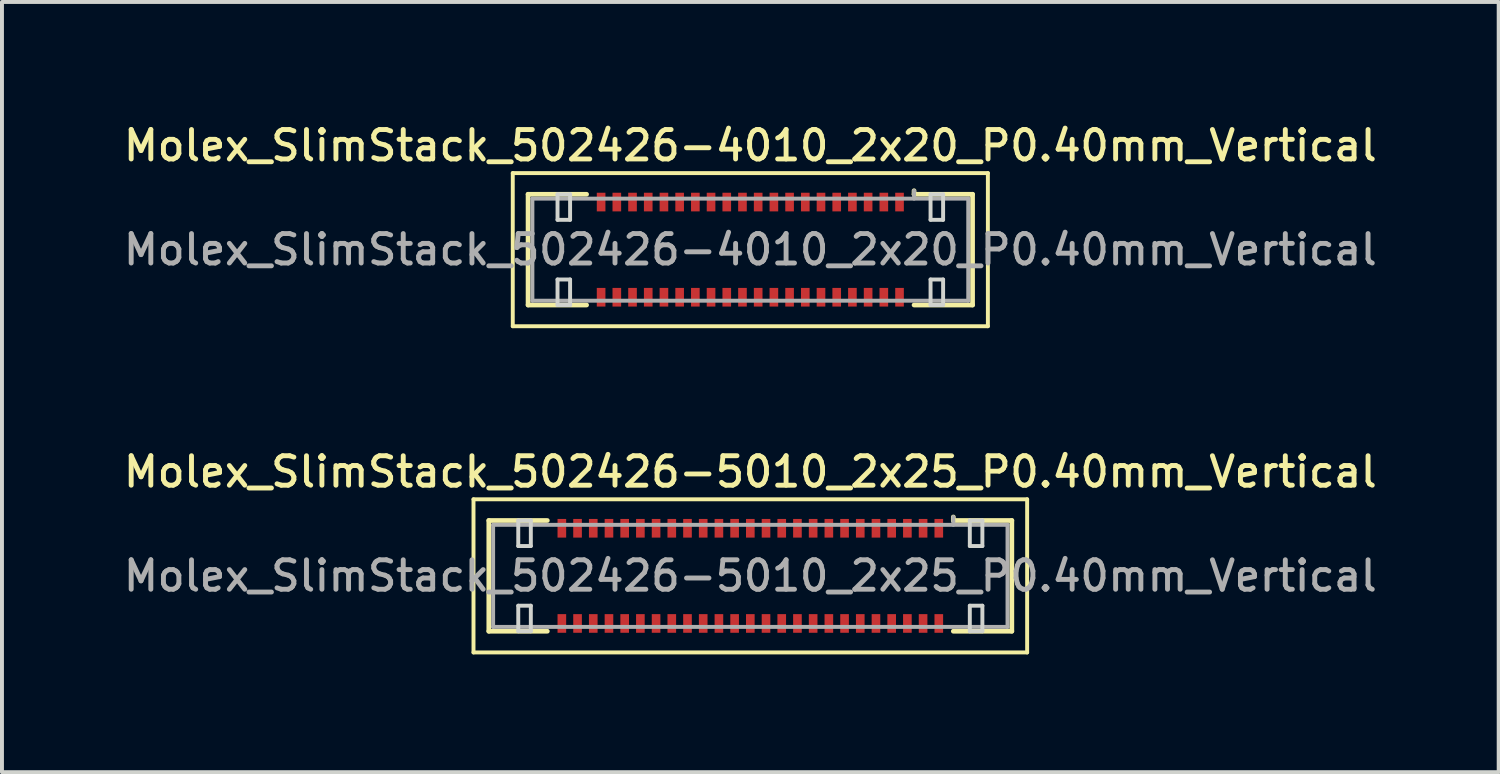
<source format=kicad_pcb>
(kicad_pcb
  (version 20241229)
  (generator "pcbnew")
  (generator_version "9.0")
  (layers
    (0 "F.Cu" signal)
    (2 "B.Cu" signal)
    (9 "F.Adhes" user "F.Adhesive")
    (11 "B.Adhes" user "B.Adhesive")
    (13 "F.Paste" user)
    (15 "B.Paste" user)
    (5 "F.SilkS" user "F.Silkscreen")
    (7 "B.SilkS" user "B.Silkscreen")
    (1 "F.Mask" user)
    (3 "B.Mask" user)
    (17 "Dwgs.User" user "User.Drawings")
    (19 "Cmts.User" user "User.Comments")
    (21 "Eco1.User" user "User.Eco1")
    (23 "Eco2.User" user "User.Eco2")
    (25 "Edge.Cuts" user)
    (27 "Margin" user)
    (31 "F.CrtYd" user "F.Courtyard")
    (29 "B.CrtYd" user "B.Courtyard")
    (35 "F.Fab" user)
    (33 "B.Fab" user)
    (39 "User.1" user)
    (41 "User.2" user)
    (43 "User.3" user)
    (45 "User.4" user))
  (footprint "Molex_SlimStack_502426-4010_2x20_P0.40mm_Vertical"
    (layer "F.Cu")
    (at 16.059 3.308)
    (property "Reference" "Molex_SlimStack_502426-4010_2x20_P0.40mm_Vertical" (at 0 -2.65 0) (layer "F.SilkS") (effects (font (size 0.75 0.75) (thickness 0.125))))
    (attr smd)
    (fp_line (start -6.05 -1.95) (end -6.05 1.95) (stroke (width 0.1) (type solid)) (layer "F.SilkS"))
    (fp_line (start -6.05 1.95) (end 6.05 1.95) (stroke (width 0.1) (type solid)) (layer "F.SilkS"))
    (fp_line (start -5.66 -1.41) (end -4.17 -1.41) (stroke (width 0.12) (type solid)) (layer "F.SilkS"))
    (fp_line (start -5.66 1.41) (end -5.66 -1.41) (stroke (width 0.12) (type solid)) (layer "F.SilkS"))
    (fp_line (start -4.17 1.41) (end -5.66 1.41) (stroke (width 0.12) (type solid)) (layer "F.SilkS"))
    (fp_line (start 4.17 -1.41) (end 4.17 -1.5) (stroke (width 0.12) (type solid)) (layer "F.SilkS"))
    (fp_line (start 4.17 1.41) (end 5.66 1.41) (stroke (width 0.12) (type solid)) (layer "F.SilkS"))
    (fp_line (start 5.66 -1.41) (end 4.17 -1.41) (stroke (width 0.12) (type solid)) (layer "F.SilkS"))
    (fp_line (start 5.66 1.41) (end 5.66 -1.41) (stroke (width 0.12) (type solid)) (layer "F.SilkS"))
    (fp_line (start 6.05 -1.95) (end -6.05 -1.95) (stroke (width 0.1) (type solid)) (layer "F.SilkS"))
    (fp_line (start 6.05 1.95) (end 6.05 -1.95) (stroke (width 0.1) (type solid)) (layer "F.SilkS"))
    (fp_line (start -4.91 -1.41) (end -4.91 -0.76) (stroke (width 0.1) (type solid)) (layer "Edge.Cuts"))
    (fp_line (start -4.91 -0.76) (end -4.59 -0.76) (stroke (width 0.1) (type solid)) (layer "Edge.Cuts"))
    (fp_line (start -4.91 0.76) (end -4.91 1.41) (stroke (width 0.1) (type solid)) (layer "Edge.Cuts"))
    (fp_line (start -4.91 1.41) (end -4.59 1.41) (stroke (width 0.1) (type solid)) (layer "Edge.Cuts"))
    (fp_line (start -4.59 -1.41) (end -4.91 -1.41) (stroke (width 0.1) (type solid)) (layer "Edge.Cuts"))
    (fp_line (start -4.59 -0.76) (end -4.59 -1.41) (stroke (width 0.1) (type solid)) (layer "Edge.Cuts"))
    (fp_line (start -4.59 0.76) (end -4.91 0.76) (stroke (width 0.1) (type solid)) (layer "Edge.Cuts"))
    (fp_line (start -4.59 1.41) (end -4.59 0.76) (stroke (width 0.1) (type solid)) (layer "Edge.Cuts"))
    (fp_line (start 4.59 -1.41) (end 4.59 -0.76) (stroke (width 0.1) (type solid)) (layer "Edge.Cuts"))
    (fp_line (start 4.59 -0.76) (end 4.91 -0.76) (stroke (width 0.1) (type solid)) (layer "Edge.Cuts"))
    (fp_line (start 4.59 0.76) (end 4.59 1.41) (stroke (width 0.1) (type solid)) (layer "Edge.Cuts"))
    (fp_line (start 4.59 1.41) (end 4.91 1.41) (stroke (width 0.1) (type solid)) (layer "Edge.Cuts"))
    (fp_line (start 4.91 -1.41) (end 4.59 -1.41) (stroke (width 0.1) (type solid)) (layer "Edge.Cuts"))
    (fp_line (start 4.91 -0.76) (end 4.91 -1.41) (stroke (width 0.1) (type solid)) (layer "Edge.Cuts"))
    (fp_line (start 4.91 0.76) (end 4.59 0.76) (stroke (width 0.1) (type solid)) (layer "Edge.Cuts"))
    (fp_line (start 4.91 1.41) (end 4.91 0.76) (stroke (width 0.1) (type solid)) (layer "Edge.Cuts"))
    (fp_line (start -5.55 -1.3) (end -5.55 1.3) (stroke (width 0.1) (type solid)) (layer "F.Fab"))
    (fp_line (start -5.55 1.3) (end 5.55 1.3) (stroke (width 0.1) (type solid)) (layer "F.Fab"))
    (fp_line (start 4.17 -1.3) (end 4.17 -1.5) (stroke (width 0.1) (type solid)) (layer "F.Fab"))
    (fp_line (start 5.55 -1.3) (end -5.55 -1.3) (stroke (width 0.1) (type solid)) (layer "F.Fab"))
    (fp_line (start 5.55 1.3) (end 5.55 -1.3) (stroke (width 0.1) (type solid)) (layer "F.Fab"))
    (fp_text user "${REFERENCE}" (at 0 0 0) (layer "F.Fab") (effects (font (size 0.75 0.75) (thickness 0.125))))
    (pad "1" smd rect (at 3.8 -1.212) (size 0.22 0.475) (layers "F.Cu" "F.Mask" "F.Paste"))
    (pad "2" smd rect (at 3.8 1.212) (size 0.22 0.475) (layers "F.Cu" "F.Mask" "F.Paste"))
    (pad "3" smd rect (at 3.4 -1.212) (size 0.22 0.475) (layers "F.Cu" "F.Mask" "F.Paste"))
    (pad "4" smd rect (at 3.4 1.212) (size 0.22 0.475) (layers "F.Cu" "F.Mask" "F.Paste"))
    (pad "5" smd rect (at 3 -1.212) (size 0.22 0.475) (layers "F.Cu" "F.Mask" "F.Paste"))
    (pad "6" smd rect (at 3 1.212) (size 0.22 0.475) (layers "F.Cu" "F.Mask" "F.Paste"))
    (pad "7" smd rect (at 2.6 -1.212) (size 0.22 0.475) (layers "F.Cu" "F.Mask" "F.Paste"))
    (pad "8" smd rect (at 2.6 1.212) (size 0.22 0.475) (layers "F.Cu" "F.Mask" "F.Paste"))
    (pad "9" smd rect (at 2.2 -1.212) (size 0.22 0.475) (layers "F.Cu" "F.Mask" "F.Paste"))
    (pad "10" smd rect (at 2.2 1.212) (size 0.22 0.475) (layers "F.Cu" "F.Mask" "F.Paste"))
    (pad "11" smd rect (at 1.8 -1.212) (size 0.22 0.475) (layers "F.Cu" "F.Mask" "F.Paste"))
    (pad "12" smd rect (at 1.8 1.212) (size 0.22 0.475) (layers "F.Cu" "F.Mask" "F.Paste"))
    (pad "13" smd rect (at 1.4 -1.212) (size 0.22 0.475) (layers "F.Cu" "F.Mask" "F.Paste"))
    (pad "14" smd rect (at 1.4 1.212) (size 0.22 0.475) (layers "F.Cu" "F.Mask" "F.Paste"))
    (pad "15" smd rect (at 1 -1.212) (size 0.22 0.475) (layers "F.Cu" "F.Mask" "F.Paste"))
    (pad "16" smd rect (at 1 1.212) (size 0.22 0.475) (layers "F.Cu" "F.Mask" "F.Paste"))
    (pad "17" smd rect (at 0.6 -1.212) (size 0.22 0.475) (layers "F.Cu" "F.Mask" "F.Paste"))
    (pad "18" smd rect (at 0.6 1.212) (size 0.22 0.475) (layers "F.Cu" "F.Mask" "F.Paste"))
    (pad "19" smd rect (at 0.2 -1.212) (size 0.22 0.475) (layers "F.Cu" "F.Mask" "F.Paste"))
    (pad "20" smd rect (at 0.2 1.212) (size 0.22 0.475) (layers "F.Cu" "F.Mask" "F.Paste"))
    (pad "21" smd rect (at -0.2 -1.212) (size 0.22 0.475) (layers "F.Cu" "F.Mask" "F.Paste"))
    (pad "22" smd rect (at -0.2 1.212) (size 0.22 0.475) (layers "F.Cu" "F.Mask" "F.Paste"))
    (pad "23" smd rect (at -0.6 -1.212) (size 0.22 0.475) (layers "F.Cu" "F.Mask" "F.Paste"))
    (pad "24" smd rect (at -0.6 1.212) (size 0.22 0.475) (layers "F.Cu" "F.Mask" "F.Paste"))
    (pad "25" smd rect (at -1 -1.212) (size 0.22 0.475) (layers "F.Cu" "F.Mask" "F.Paste"))
    (pad "26" smd rect (at -1 1.212) (size 0.22 0.475) (layers "F.Cu" "F.Mask" "F.Paste"))
    (pad "27" smd rect (at -1.4 -1.212) (size 0.22 0.475) (layers "F.Cu" "F.Mask" "F.Paste"))
    (pad "28" smd rect (at -1.4 1.212) (size 0.22 0.475) (layers "F.Cu" "F.Mask" "F.Paste"))
    (pad "29" smd rect (at -1.8 -1.212) (size 0.22 0.475) (layers "F.Cu" "F.Mask" "F.Paste"))
    (pad "30" smd rect (at -1.8 1.212) (size 0.22 0.475) (layers "F.Cu" "F.Mask" "F.Paste"))
    (pad "31" smd rect (at -2.2 -1.212) (size 0.22 0.475) (layers "F.Cu" "F.Mask" "F.Paste"))
    (pad "32" smd rect (at -2.2 1.212) (size 0.22 0.475) (layers "F.Cu" "F.Mask" "F.Paste"))
    (pad "33" smd rect (at -2.6 -1.212) (size 0.22 0.475) (layers "F.Cu" "F.Mask" "F.Paste"))
    (pad "34" smd rect (at -2.6 1.212) (size 0.22 0.475) (layers "F.Cu" "F.Mask" "F.Paste"))
    (pad "35" smd rect (at -3 -1.212) (size 0.22 0.475) (layers "F.Cu" "F.Mask" "F.Paste"))
    (pad "36" smd rect (at -3 1.212) (size 0.22 0.475) (layers "F.Cu" "F.Mask" "F.Paste"))
    (pad "37" smd rect (at -3.4 -1.212) (size 0.22 0.475) (layers "F.Cu" "F.Mask" "F.Paste"))
    (pad "38" smd rect (at -3.4 1.212) (size 0.22 0.475) (layers "F.Cu" "F.Mask" "F.Paste"))
    (pad "39" smd rect (at -3.8 -1.212) (size 0.22 0.475) (layers "F.Cu" "F.Mask" "F.Paste"))
    (pad "40" smd rect (at -3.8 1.212) (size 0.22 0.475) (layers "F.Cu" "F.Mask" "F.Paste")))
  (footprint "Molex_SlimStack_502426-5010_2x25_P0.40mm_Vertical"
    (layer "F.Cu")
    (at 16.059 11.616)
    (property "Reference" "Molex_SlimStack_502426-5010_2x25_P0.40mm_Vertical" (at 0 -2.65 0) (layer "F.SilkS") (effects (font (size 0.75 0.75) (thickness 0.125))))
    (attr smd)
    (fp_line (start -7.05 -1.95) (end -7.05 1.95) (stroke (width 0.1) (type solid)) (layer "F.SilkS"))
    (fp_line (start -7.05 1.95) (end 7.05 1.95) (stroke (width 0.1) (type solid)) (layer "F.SilkS"))
    (fp_line (start -6.66 -1.41) (end -5.17 -1.41) (stroke (width 0.12) (type solid)) (layer "F.SilkS"))
    (fp_line (start -6.66 1.41) (end -6.66 -1.41) (stroke (width 0.12) (type solid)) (layer "F.SilkS"))
    (fp_line (start -5.17 1.41) (end -6.66 1.41) (stroke (width 0.12) (type solid)) (layer "F.SilkS"))
    (fp_line (start 5.17 -1.41) (end 5.17 -1.5) (stroke (width 0.12) (type solid)) (layer "F.SilkS"))
    (fp_line (start 5.17 1.41) (end 6.66 1.41) (stroke (width 0.12) (type solid)) (layer "F.SilkS"))
    (fp_line (start 6.66 -1.41) (end 5.17 -1.41) (stroke (width 0.12) (type solid)) (layer "F.SilkS"))
    (fp_line (start 6.66 1.41) (end 6.66 -1.41) (stroke (width 0.12) (type solid)) (layer "F.SilkS"))
    (fp_line (start 7.05 -1.95) (end -7.05 -1.95) (stroke (width 0.1) (type solid)) (layer "F.SilkS"))
    (fp_line (start 7.05 1.95) (end 7.05 -1.95) (stroke (width 0.1) (type solid)) (layer "F.SilkS"))
    (fp_line (start -5.91 -1.41) (end -5.91 -0.76) (stroke (width 0.1) (type solid)) (layer "Edge.Cuts"))
    (fp_line (start -5.91 -0.76) (end -5.59 -0.76) (stroke (width 0.1) (type solid)) (layer "Edge.Cuts"))
    (fp_line (start -5.91 0.76) (end -5.91 1.41) (stroke (width 0.1) (type solid)) (layer "Edge.Cuts"))
    (fp_line (start -5.91 1.41) (end -5.59 1.41) (stroke (width 0.1) (type solid)) (layer "Edge.Cuts"))
    (fp_line (start -5.59 -1.41) (end -5.91 -1.41) (stroke (width 0.1) (type solid)) (layer "Edge.Cuts"))
    (fp_line (start -5.59 -0.76) (end -5.59 -1.41) (stroke (width 0.1) (type solid)) (layer "Edge.Cuts"))
    (fp_line (start -5.59 0.76) (end -5.91 0.76) (stroke (width 0.1) (type solid)) (layer "Edge.Cuts"))
    (fp_line (start -5.59 1.41) (end -5.59 0.76) (stroke (width 0.1) (type solid)) (layer "Edge.Cuts"))
    (fp_line (start 5.59 -1.41) (end 5.59 -0.76) (stroke (width 0.1) (type solid)) (layer "Edge.Cuts"))
    (fp_line (start 5.59 -0.76) (end 5.91 -0.76) (stroke (width 0.1) (type solid)) (layer "Edge.Cuts"))
    (fp_line (start 5.59 0.76) (end 5.59 1.41) (stroke (width 0.1) (type solid)) (layer "Edge.Cuts"))
    (fp_line (start 5.59 1.41) (end 5.91 1.41) (stroke (width 0.1) (type solid)) (layer "Edge.Cuts"))
    (fp_line (start 5.91 -1.41) (end 5.59 -1.41) (stroke (width 0.1) (type solid)) (layer "Edge.Cuts"))
    (fp_line (start 5.91 -0.76) (end 5.91 -1.41) (stroke (width 0.1) (type solid)) (layer "Edge.Cuts"))
    (fp_line (start 5.91 0.76) (end 5.59 0.76) (stroke (width 0.1) (type solid)) (layer "Edge.Cuts"))
    (fp_line (start 5.91 1.41) (end 5.91 0.76) (stroke (width 0.1) (type solid)) (layer "Edge.Cuts"))
    (fp_line (start -6.55 -1.3) (end -6.55 1.3) (stroke (width 0.1) (type solid)) (layer "F.Fab"))
    (fp_line (start -6.55 1.3) (end 6.55 1.3) (stroke (width 0.1) (type solid)) (layer "F.Fab"))
    (fp_line (start 5.17 -1.3) (end 5.17 -1.5) (stroke (width 0.1) (type solid)) (layer "F.Fab"))
    (fp_line (start 6.55 -1.3) (end -6.55 -1.3) (stroke (width 0.1) (type solid)) (layer "F.Fab"))
    (fp_line (start 6.55 1.3) (end 6.55 -1.3) (stroke (width 0.1) (type solid)) (layer "F.Fab"))
    (fp_text user "${REFERENCE}" (at 0 0 0) (layer "F.Fab") (effects (font (size 0.75 0.75) (thickness 0.125))))
    (pad "1" smd rect (at 4.8 -1.212) (size 0.22 0.475) (layers "F.Cu" "F.Mask" "F.Paste"))
    (pad "2" smd rect (at 4.8 1.212) (size 0.22 0.475) (layers "F.Cu" "F.Mask" "F.Paste"))
    (pad "3" smd rect (at 4.4 -1.212) (size 0.22 0.475) (layers "F.Cu" "F.Mask" "F.Paste"))
    (pad "4" smd rect (at 4.4 1.212) (size 0.22 0.475) (layers "F.Cu" "F.Mask" "F.Paste"))
    (pad "5" smd rect (at 4 -1.212) (size 0.22 0.475) (layers "F.Cu" "F.Mask" "F.Paste"))
    (pad "6" smd rect (at 4 1.212) (size 0.22 0.475) (layers "F.Cu" "F.Mask" "F.Paste"))
    (pad "7" smd rect (at 3.6 -1.212) (size 0.22 0.475) (layers "F.Cu" "F.Mask" "F.Paste"))
    (pad "8" smd rect (at 3.6 1.212) (size 0.22 0.475) (layers "F.Cu" "F.Mask" "F.Paste"))
    (pad "9" smd rect (at 3.2 -1.212) (size 0.22 0.475) (layers "F.Cu" "F.Mask" "F.Paste"))
    (pad "10" smd rect (at 3.2 1.212) (size 0.22 0.475) (layers "F.Cu" "F.Mask" "F.Paste"))
    (pad "11" smd rect (at 2.8 -1.212) (size 0.22 0.475) (layers "F.Cu" "F.Mask" "F.Paste"))
    (pad "12" smd rect (at 2.8 1.212) (size 0.22 0.475) (layers "F.Cu" "F.Mask" "F.Paste"))
    (pad "13" smd rect (at 2.4 -1.212) (size 0.22 0.475) (layers "F.Cu" "F.Mask" "F.Paste"))
    (pad "14" smd rect (at 2.4 1.212) (size 0.22 0.475) (layers "F.Cu" "F.Mask" "F.Paste"))
    (pad "15" smd rect (at 2 -1.212) (size 0.22 0.475) (layers "F.Cu" "F.Mask" "F.Paste"))
    (pad "16" smd rect (at 2 1.212) (size 0.22 0.475) (layers "F.Cu" "F.Mask" "F.Paste"))
    (pad "17" smd rect (at 1.6 -1.212) (size 0.22 0.475) (layers "F.Cu" "F.Mask" "F.Paste"))
    (pad "18" smd rect (at 1.6 1.212) (size 0.22 0.475) (layers "F.Cu" "F.Mask" "F.Paste"))
    (pad "19" smd rect (at 1.2 -1.212) (size 0.22 0.475) (layers "F.Cu" "F.Mask" "F.Paste"))
    (pad "20" smd rect (at 1.2 1.212) (size 0.22 0.475) (layers "F.Cu" "F.Mask" "F.Paste"))
    (pad "21" smd rect (at 0.8 -1.212) (size 0.22 0.475) (layers "F.Cu" "F.Mask" "F.Paste"))
    (pad "22" smd rect (at 0.8 1.212) (size 0.22 0.475) (layers "F.Cu" "F.Mask" "F.Paste"))
    (pad "23" smd rect (at 0.4 -1.212) (size 0.22 0.475) (layers "F.Cu" "F.Mask" "F.Paste"))
    (pad "24" smd rect (at 0.4 1.212) (size 0.22 0.475) (layers "F.Cu" "F.Mask" "F.Paste"))
    (pad "25" smd rect (at 0 -1.212) (size 0.22 0.475) (layers "F.Cu" "F.Mask" "F.Paste"))
    (pad "26" smd rect (at 0 1.212) (size 0.22 0.475) (layers "F.Cu" "F.Mask" "F.Paste"))
    (pad "27" smd rect (at -0.4 -1.212) (size 0.22 0.475) (layers "F.Cu" "F.Mask" "F.Paste"))
    (pad "28" smd rect (at -0.4 1.212) (size 0.22 0.475) (layers "F.Cu" "F.Mask" "F.Paste"))
    (pad "29" smd rect (at -0.8 -1.212) (size 0.22 0.475) (layers "F.Cu" "F.Mask" "F.Paste"))
    (pad "30" smd rect (at -0.8 1.212) (size 0.22 0.475) (layers "F.Cu" "F.Mask" "F.Paste"))
    (pad "31" smd rect (at -1.2 -1.212) (size 0.22 0.475) (layers "F.Cu" "F.Mask" "F.Paste"))
    (pad "32" smd rect (at -1.2 1.212) (size 0.22 0.475) (layers "F.Cu" "F.Mask" "F.Paste"))
    (pad "33" smd rect (at -1.6 -1.212) (size 0.22 0.475) (layers "F.Cu" "F.Mask" "F.Paste"))
    (pad "34" smd rect (at -1.6 1.212) (size 0.22 0.475) (layers "F.Cu" "F.Mask" "F.Paste"))
    (pad "35" smd rect (at -2 -1.212) (size 0.22 0.475) (layers "F.Cu" "F.Mask" "F.Paste"))
    (pad "36" smd rect (at -2 1.212) (size 0.22 0.475) (layers "F.Cu" "F.Mask" "F.Paste"))
    (pad "37" smd rect (at -2.4 -1.212) (size 0.22 0.475) (layers "F.Cu" "F.Mask" "F.Paste"))
    (pad "38" smd rect (at -2.4 1.212) (size 0.22 0.475) (layers "F.Cu" "F.Mask" "F.Paste"))
    (pad "39" smd rect (at -2.8 -1.212) (size 0.22 0.475) (layers "F.Cu" "F.Mask" "F.Paste"))
    (pad "40" smd rect (at -2.8 1.212) (size 0.22 0.475) (layers "F.Cu" "F.Mask" "F.Paste"))
    (pad "41" smd rect (at -3.2 -1.212) (size 0.22 0.475) (layers "F.Cu" "F.Mask" "F.Paste"))
    (pad "42" smd rect (at -3.2 1.212) (size 0.22 0.475) (layers "F.Cu" "F.Mask" "F.Paste"))
    (pad "43" smd rect (at -3.6 -1.212) (size 0.22 0.475) (layers "F.Cu" "F.Mask" "F.Paste"))
    (pad "44" smd rect (at -3.6 1.212) (size 0.22 0.475) (layers "F.Cu" "F.Mask" "F.Paste"))
    (pad "45" smd rect (at -4 -1.212) (size 0.22 0.475) (layers "F.Cu" "F.Mask" "F.Paste"))
    (pad "46" smd rect (at -4 1.212) (size 0.22 0.475) (layers "F.Cu" "F.Mask" "F.Paste"))
    (pad "47" smd rect (at -4.4 -1.212) (size 0.22 0.475) (layers "F.Cu" "F.Mask" "F.Paste"))
    (pad "48" smd rect (at -4.4 1.212) (size 0.22 0.475) (layers "F.Cu" "F.Mask" "F.Paste"))
    (pad "49" smd rect (at -4.8 -1.212) (size 0.22 0.475) (layers "F.Cu" "F.Mask" "F.Paste"))
    (pad "50" smd rect (at -4.8 1.212) (size 0.22 0.475) (layers "F.Cu" "F.Mask" "F.Paste")))
  (gr_rect
    (start -3 -3)
    (end 35.118 16.616)
    (stroke (width 0.1) (type default))
    (fill no)
    (layer "Edge.Cuts")))
</source>
